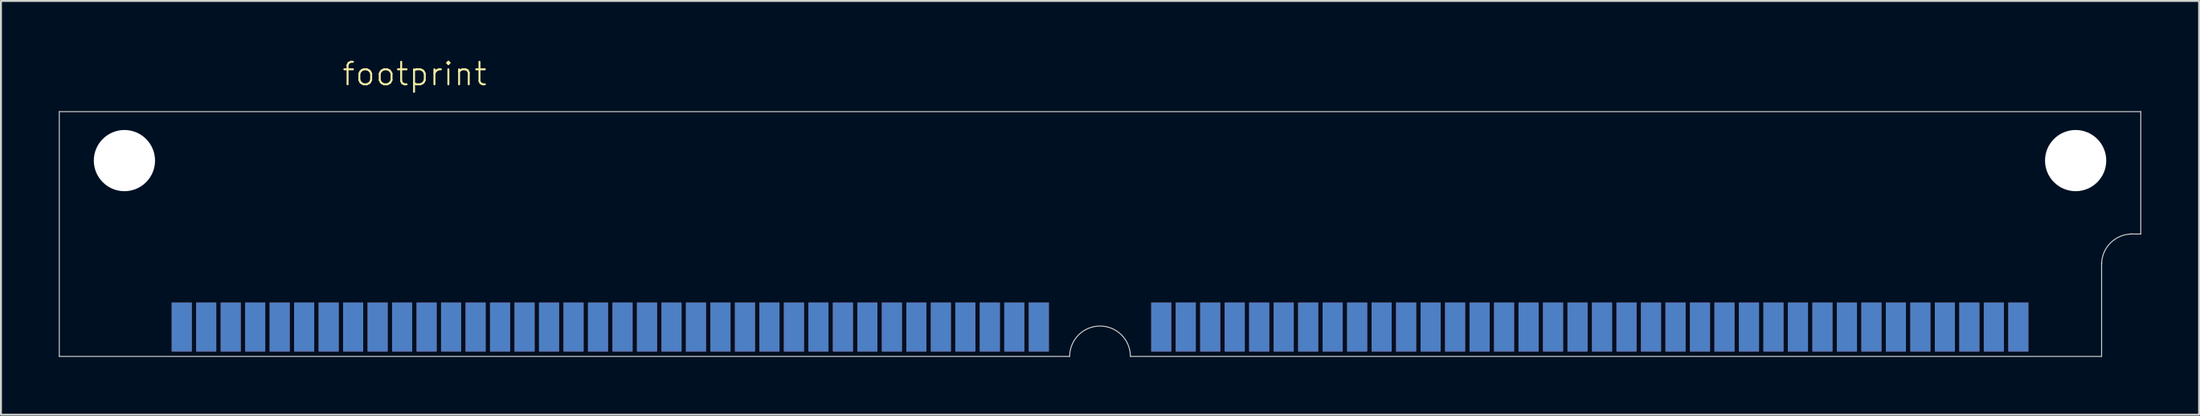
<source format=kicad_pcb>
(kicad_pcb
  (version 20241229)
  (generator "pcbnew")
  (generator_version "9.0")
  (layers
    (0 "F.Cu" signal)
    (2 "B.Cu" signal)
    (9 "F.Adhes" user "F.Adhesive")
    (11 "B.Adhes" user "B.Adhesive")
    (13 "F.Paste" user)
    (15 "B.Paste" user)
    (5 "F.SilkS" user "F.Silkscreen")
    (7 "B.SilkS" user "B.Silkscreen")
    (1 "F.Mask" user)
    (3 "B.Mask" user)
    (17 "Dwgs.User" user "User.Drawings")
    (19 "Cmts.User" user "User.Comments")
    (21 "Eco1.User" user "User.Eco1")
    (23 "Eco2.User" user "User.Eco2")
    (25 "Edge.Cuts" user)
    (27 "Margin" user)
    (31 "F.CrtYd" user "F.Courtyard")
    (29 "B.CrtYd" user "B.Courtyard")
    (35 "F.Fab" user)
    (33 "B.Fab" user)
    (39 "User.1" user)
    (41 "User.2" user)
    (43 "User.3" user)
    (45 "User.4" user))
  (footprint "footprint"
    (layer "F.Cu")
    (at 54 5.283)
    (property "Reference" "footprint" (at -39.37 -3.81 0) (layer "F.SilkS") (effects (font (size 1.168 1.168) (thickness 0.102)) (justify left bottom)))
    (fp_line (start -53.975 -2.54) (end -53.975 10.16) (stroke (width 0.05) (type solid)) (layer "Edge.Cuts"))
    (fp_line (start -53.975 10.16) (end -1.575 10.16) (stroke (width 0.05) (type solid)) (layer "Edge.Cuts"))
    (fp_line (start 1.575 10.16) (end 51.943 10.16) (stroke (width 0.05) (type solid)) (layer "Edge.Cuts"))
    (fp_line (start 51.943 10.16) (end 51.943 5.309) (stroke (width 0.05) (type solid)) (layer "Edge.Cuts"))
    (fp_line (start 53.975 -2.54) (end -53.975 -2.54) (stroke (width 0.05) (type solid)) (layer "Edge.Cuts"))
    (fp_line (start 53.975 3.81) (end 53.416 3.81) (stroke (width 0.05) (type solid)) (layer "Edge.Cuts"))
    (fp_line (start 53.975 3.81) (end 53.975 -2.54) (stroke (width 0.05) (type solid)) (layer "Edge.Cuts"))
    (fp_arc (start -1.5748 10.16) (mid 0 8.5852) (end 1.5748 10.16) (stroke (width 0.05) (type solid)) (layer "Edge.Cuts"))
    (fp_arc (start 51.943 5.3848) (mid 52.404248 4.271248) (end 53.5178 3.81) (stroke (width 0.05) (type solid)) (layer "Edge.Cuts"))
    (pad "" np_thru_hole circle (at -50.597 0) (size 3.175 3.175) (drill 3.175) (layers "*.Cu" "*.Mask"))
    (pad "" np_thru_hole circle (at 50.597 0) (size 3.175 3.175) (drill 3.175) (layers "*.Cu" "*.Mask"))
    (pad "1" smd rect (at 47.625 8.636) (size 1.041 2.54) (layers "F.Cu" "F.Mask" "F.Paste"))
    (pad "2" smd rect (at 46.355 8.636) (size 1.041 2.54) (layers "F.Cu" "F.Mask" "F.Paste"))
    (pad "3" smd rect (at 45.085 8.636) (size 1.041 2.54) (layers "F.Cu" "F.Mask" "F.Paste"))
    (pad "4" smd rect (at 43.815 8.636) (size 1.041 2.54) (layers "F.Cu" "F.Mask" "F.Paste"))
    (pad "5" smd rect (at 42.545 8.636) (size 1.041 2.54) (layers "F.Cu" "F.Mask" "F.Paste"))
    (pad "6" smd rect (at 41.275 8.636) (size 1.041 2.54) (layers "F.Cu" "F.Mask" "F.Paste"))
    (pad "7" smd rect (at 40.005 8.636) (size 1.041 2.54) (layers "F.Cu" "F.Mask" "F.Paste"))
    (pad "8" smd rect (at 38.735 8.636) (size 1.041 2.54) (layers "F.Cu" "F.Mask" "F.Paste"))
    (pad "9" smd rect (at 37.465 8.636) (size 1.041 2.54) (layers "F.Cu" "F.Mask" "F.Paste"))
    (pad "10" smd rect (at 36.195 8.636) (size 1.041 2.54) (layers "F.Cu" "F.Mask" "F.Paste"))
    (pad "11" smd rect (at 34.925 8.636) (size 1.041 2.54) (layers "F.Cu" "F.Mask" "F.Paste"))
    (pad "12" smd rect (at 33.655 8.636) (size 1.041 2.54) (layers "F.Cu" "F.Mask" "F.Paste"))
    (pad "13" smd rect (at 32.385 8.636) (size 1.041 2.54) (layers "F.Cu" "F.Mask" "F.Paste"))
    (pad "14" smd rect (at 31.115 8.636) (size 1.041 2.54) (layers "F.Cu" "F.Mask" "F.Paste"))
    (pad "15" smd rect (at 29.845 8.636) (size 1.041 2.54) (layers "F.Cu" "F.Mask" "F.Paste"))
    (pad "16" smd rect (at 28.575 8.636) (size 1.041 2.54) (layers "F.Cu" "F.Mask" "F.Paste"))
    (pad "17" smd rect (at 27.305 8.636) (size 1.041 2.54) (layers "F.Cu" "F.Mask" "F.Paste"))
    (pad "18" smd rect (at 26.035 8.636) (size 1.041 2.54) (layers "F.Cu" "F.Mask" "F.Paste"))
    (pad "19" smd rect (at 24.765 8.636) (size 1.041 2.54) (layers "F.Cu" "F.Mask" "F.Paste"))
    (pad "20" smd rect (at 23.495 8.636) (size 1.041 2.54) (layers "F.Cu" "F.Mask" "F.Paste"))
    (pad "21" smd rect (at 22.225 8.636) (size 1.041 2.54) (layers "F.Cu" "F.Mask" "F.Paste"))
    (pad "22" smd rect (at 20.955 8.636) (size 1.041 2.54) (layers "F.Cu" "F.Mask" "F.Paste"))
    (pad "23" smd rect (at 19.685 8.636) (size 1.041 2.54) (layers "F.Cu" "F.Mask" "F.Paste"))
    (pad "24" smd rect (at 18.415 8.636) (size 1.041 2.54) (layers "F.Cu" "F.Mask" "F.Paste"))
    (pad "25" smd rect (at 17.145 8.636) (size 1.041 2.54) (layers "F.Cu" "F.Mask" "F.Paste"))
    (pad "26" smd rect (at 15.875 8.636) (size 1.041 2.54) (layers "F.Cu" "F.Mask" "F.Paste"))
    (pad "27" smd rect (at 14.605 8.636) (size 1.041 2.54) (layers "F.Cu" "F.Mask" "F.Paste"))
    (pad "28" smd rect (at 13.335 8.636) (size 1.041 2.54) (layers "F.Cu" "F.Mask" "F.Paste"))
    (pad "29" smd rect (at 12.065 8.636) (size 1.041 2.54) (layers "F.Cu" "F.Mask" "F.Paste"))
    (pad "30" smd rect (at 10.795 8.636) (size 1.041 2.54) (layers "F.Cu" "F.Mask" "F.Paste"))
    (pad "31" smd rect (at 9.525 8.636) (size 1.041 2.54) (layers "F.Cu" "F.Mask" "F.Paste"))
    (pad "32" smd rect (at 8.255 8.636) (size 1.041 2.54) (layers "F.Cu" "F.Mask" "F.Paste"))
    (pad "33" smd rect (at 6.985 8.636) (size 1.041 2.54) (layers "F.Cu" "F.Mask" "F.Paste"))
    (pad "34" smd rect (at 5.715 8.636) (size 1.041 2.54) (layers "F.Cu" "F.Mask" "F.Paste"))
    (pad "35" smd rect (at 4.445 8.636) (size 1.041 2.54) (layers "F.Cu" "F.Mask" "F.Paste"))
    (pad "36" smd rect (at 3.175 8.636) (size 1.041 2.54) (layers "F.Cu" "F.Mask" "F.Paste"))
    (pad "37" smd rect (at -3.175 8.636) (size 1.041 2.54) (layers "F.Cu" "F.Mask" "F.Paste"))
    (pad "38" smd rect (at -4.445 8.636) (size 1.041 2.54) (layers "F.Cu" "F.Mask" "F.Paste"))
    (pad "39" smd rect (at -5.715 8.636) (size 1.041 2.54) (layers "F.Cu" "F.Mask" "F.Paste"))
    (pad "40" smd rect (at -6.985 8.636) (size 1.041 2.54) (layers "F.Cu" "F.Mask" "F.Paste"))
    (pad "41" smd rect (at -8.255 8.636) (size 1.041 2.54) (layers "F.Cu" "F.Mask" "F.Paste"))
    (pad "42" smd rect (at -9.525 8.636) (size 1.041 2.54) (layers "F.Cu" "F.Mask" "F.Paste"))
    (pad "43" smd rect (at -10.795 8.636) (size 1.041 2.54) (layers "F.Cu" "F.Mask" "F.Paste"))
    (pad "44" smd rect (at -12.065 8.636) (size 1.041 2.54) (layers "F.Cu" "F.Mask" "F.Paste"))
    (pad "45" smd rect (at -13.335 8.636) (size 1.041 2.54) (layers "F.Cu" "F.Mask" "F.Paste"))
    (pad "46" smd rect (at -14.605 8.636) (size 1.041 2.54) (layers "F.Cu" "F.Mask" "F.Paste"))
    (pad "47" smd rect (at -15.875 8.636) (size 1.041 2.54) (layers "F.Cu" "F.Mask" "F.Paste"))
    (pad "48" smd rect (at -17.145 8.636) (size 1.041 2.54) (layers "F.Cu" "F.Mask" "F.Paste"))
    (pad "49" smd rect (at -18.415 8.636) (size 1.041 2.54) (layers "F.Cu" "F.Mask" "F.Paste"))
    (pad "50" smd rect (at -19.685 8.636) (size 1.041 2.54) (layers "F.Cu" "F.Mask" "F.Paste"))
    (pad "51" smd rect (at -20.955 8.636) (size 1.041 2.54) (layers "F.Cu" "F.Mask" "F.Paste"))
    (pad "52" smd rect (at -22.225 8.636) (size 1.041 2.54) (layers "F.Cu" "F.Mask" "F.Paste"))
    (pad "53" smd rect (at -23.495 8.636) (size 1.041 2.54) (layers "F.Cu" "F.Mask" "F.Paste"))
    (pad "54" smd rect (at -24.765 8.636) (size 1.041 2.54) (layers "F.Cu" "F.Mask" "F.Paste"))
    (pad "55" smd rect (at -26.035 8.636) (size 1.041 2.54) (layers "F.Cu" "F.Mask" "F.Paste"))
    (pad "56" smd rect (at -27.305 8.636) (size 1.041 2.54) (layers "F.Cu" "F.Mask" "F.Paste"))
    (pad "57" smd rect (at -28.575 8.636) (size 1.041 2.54) (layers "F.Cu" "F.Mask" "F.Paste"))
    (pad "58" smd rect (at -29.845 8.636) (size 1.041 2.54) (layers "F.Cu" "F.Mask" "F.Paste"))
    (pad "59" smd rect (at -31.115 8.636) (size 1.041 2.54) (layers "F.Cu" "F.Mask" "F.Paste"))
    (pad "60" smd rect (at -32.385 8.636) (size 1.041 2.54) (layers "F.Cu" "F.Mask" "F.Paste"))
    (pad "61" smd rect (at -33.655 8.636) (size 1.041 2.54) (layers "F.Cu" "F.Mask" "F.Paste"))
    (pad "62" smd rect (at -34.925 8.636) (size 1.041 2.54) (layers "F.Cu" "F.Mask" "F.Paste"))
    (pad "63" smd rect (at -36.195 8.636) (size 1.041 2.54) (layers "F.Cu" "F.Mask" "F.Paste"))
    (pad "64" smd rect (at -37.465 8.636) (size 1.041 2.54) (layers "F.Cu" "F.Mask" "F.Paste"))
    (pad "65" smd rect (at -38.735 8.636) (size 1.041 2.54) (layers "F.Cu" "F.Mask" "F.Paste"))
    (pad "66" smd rect (at -40.005 8.636) (size 1.041 2.54) (layers "F.Cu" "F.Mask" "F.Paste"))
    (pad "67" smd rect (at -41.275 8.636) (size 1.041 2.54) (layers "F.Cu" "F.Mask" "F.Paste"))
    (pad "68" smd rect (at -42.545 8.636) (size 1.041 2.54) (layers "F.Cu" "F.Mask" "F.Paste"))
    (pad "69" smd rect (at -43.815 8.636) (size 1.041 2.54) (layers "F.Cu" "F.Mask" "F.Paste"))
    (pad "70" smd rect (at -45.085 8.636) (size 1.041 2.54) (layers "F.Cu" "F.Mask" "F.Paste"))
    (pad "71" smd rect (at -46.355 8.636) (size 1.041 2.54) (layers "F.Cu" "F.Mask" "F.Paste"))
    (pad "72" smd rect (at -47.625 8.636) (size 1.041 2.54) (layers "F.Cu" "F.Mask" "F.Paste"))
    (pad "73" smd rect (at 47.625 8.636) (size 1.041 2.54) (layers "B.Cu" "B.Mask" "B.Paste"))
    (pad "74" smd rect (at 46.355 8.636) (size 1.041 2.54) (layers "B.Cu" "B.Mask" "B.Paste"))
    (pad "75" smd rect (at 45.085 8.636) (size 1.041 2.54) (layers "B.Cu" "B.Mask" "B.Paste"))
    (pad "76" smd rect (at 43.815 8.636) (size 1.041 2.54) (layers "B.Cu" "B.Mask" "B.Paste"))
    (pad "77" smd rect (at 42.545 8.636) (size 1.041 2.54) (layers "B.Cu" "B.Mask" "B.Paste"))
    (pad "78" smd rect (at 41.275 8.636) (size 1.041 2.54) (layers "B.Cu" "B.Mask" "B.Paste"))
    (pad "79" smd rect (at 40.005 8.636) (size 1.041 2.54) (layers "B.Cu" "B.Mask" "B.Paste"))
    (pad "80" smd rect (at 38.735 8.636) (size 1.041 2.54) (layers "B.Cu" "B.Mask" "B.Paste"))
    (pad "81" smd rect (at 37.465 8.636) (size 1.041 2.54) (layers "B.Cu" "B.Mask" "B.Paste"))
    (pad "82" smd rect (at 36.195 8.636) (size 1.041 2.54) (layers "B.Cu" "B.Mask" "B.Paste"))
    (pad "83" smd rect (at 34.925 8.636) (size 1.041 2.54) (layers "B.Cu" "B.Mask" "B.Paste"))
    (pad "84" smd rect (at 33.655 8.636) (size 1.041 2.54) (layers "B.Cu" "B.Mask" "B.Paste"))
    (pad "85" smd rect (at 32.385 8.636) (size 1.041 2.54) (layers "B.Cu" "B.Mask" "B.Paste"))
    (pad "86" smd rect (at 31.115 8.636) (size 1.041 2.54) (layers "B.Cu" "B.Mask" "B.Paste"))
    (pad "87" smd rect (at 29.845 8.636) (size 1.041 2.54) (layers "B.Cu" "B.Mask" "B.Paste"))
    (pad "88" smd rect (at 28.575 8.636) (size 1.041 2.54) (layers "B.Cu" "B.Mask" "B.Paste"))
    (pad "89" smd rect (at 27.305 8.636) (size 1.041 2.54) (layers "B.Cu" "B.Mask" "B.Paste"))
    (pad "90" smd rect (at 26.035 8.636) (size 1.041 2.54) (layers "B.Cu" "B.Mask" "B.Paste"))
    (pad "91" smd rect (at 24.765 8.636) (size 1.041 2.54) (layers "B.Cu" "B.Mask" "B.Paste"))
    (pad "92" smd rect (at 23.495 8.636) (size 1.041 2.54) (layers "B.Cu" "B.Mask" "B.Paste"))
    (pad "93" smd rect (at 22.225 8.636) (size 1.041 2.54) (layers "B.Cu" "B.Mask" "B.Paste"))
    (pad "94" smd rect (at 20.955 8.636) (size 1.041 2.54) (layers "B.Cu" "B.Mask" "B.Paste"))
    (pad "95" smd rect (at 19.685 8.636) (size 1.041 2.54) (layers "B.Cu" "B.Mask" "B.Paste"))
    (pad "96" smd rect (at 18.415 8.636) (size 1.041 2.54) (layers "B.Cu" "B.Mask" "B.Paste"))
    (pad "97" smd rect (at 17.145 8.636) (size 1.041 2.54) (layers "B.Cu" "B.Mask" "B.Paste"))
    (pad "98" smd rect (at 15.875 8.636) (size 1.041 2.54) (layers "B.Cu" "B.Mask" "B.Paste"))
    (pad "99" smd rect (at 14.605 8.636) (size 1.041 2.54) (layers "B.Cu" "B.Mask" "B.Paste"))
    (pad "100" smd rect (at 13.335 8.636) (size 1.041 2.54) (layers "B.Cu" "B.Mask" "B.Paste"))
    (pad "101" smd rect (at 12.065 8.636) (size 1.041 2.54) (layers "B.Cu" "B.Mask" "B.Paste"))
    (pad "102" smd rect (at 10.795 8.636) (size 1.041 2.54) (layers "B.Cu" "B.Mask" "B.Paste"))
    (pad "103" smd rect (at 9.525 8.636) (size 1.041 2.54) (layers "B.Cu" "B.Mask" "B.Paste"))
    (pad "104" smd rect (at 8.255 8.636) (size 1.041 2.54) (layers "B.Cu" "B.Mask" "B.Paste"))
    (pad "105" smd rect (at 6.985 8.636) (size 1.041 2.54) (layers "B.Cu" "B.Mask" "B.Paste"))
    (pad "106" smd rect (at 5.715 8.636) (size 1.041 2.54) (layers "B.Cu" "B.Mask" "B.Paste"))
    (pad "107" smd rect (at 4.445 8.636) (size 1.041 2.54) (layers "B.Cu" "B.Mask" "B.Paste"))
    (pad "108" smd rect (at 3.175 8.636) (size 1.041 2.54) (layers "B.Cu" "B.Mask" "B.Paste"))
    (pad "109" smd rect (at -3.175 8.636) (size 1.041 2.54) (layers "B.Cu" "B.Mask" "B.Paste"))
    (pad "110" smd rect (at -4.445 8.636) (size 1.041 2.54) (layers "B.Cu" "B.Mask" "B.Paste"))
    (pad "111" smd rect (at -5.715 8.636) (size 1.041 2.54) (layers "B.Cu" "B.Mask" "B.Paste"))
    (pad "112" smd rect (at -6.985 8.636) (size 1.041 2.54) (layers "B.Cu" "B.Mask" "B.Paste"))
    (pad "113" smd rect (at -8.255 8.636) (size 1.041 2.54) (layers "B.Cu" "B.Mask" "B.Paste"))
    (pad "114" smd rect (at -9.525 8.636) (size 1.041 2.54) (layers "B.Cu" "B.Mask" "B.Paste"))
    (pad "115" smd rect (at -10.795 8.636) (size 1.041 2.54) (layers "B.Cu" "B.Mask" "B.Paste"))
    (pad "116" smd rect (at -12.065 8.636) (size 1.041 2.54) (layers "B.Cu" "B.Mask" "B.Paste"))
    (pad "117" smd rect (at -13.335 8.636) (size 1.041 2.54) (layers "B.Cu" "B.Mask" "B.Paste"))
    (pad "118" smd rect (at -14.605 8.636) (size 1.041 2.54) (layers "B.Cu" "B.Mask" "B.Paste"))
    (pad "119" smd rect (at -15.875 8.636) (size 1.041 2.54) (layers "B.Cu" "B.Mask" "B.Paste"))
    (pad "120" smd rect (at -17.145 8.636) (size 1.041 2.54) (layers "B.Cu" "B.Mask" "B.Paste"))
    (pad "121" smd rect (at -18.415 8.636) (size 1.041 2.54) (layers "B.Cu" "B.Mask" "B.Paste"))
    (pad "122" smd rect (at -19.685 8.636) (size 1.041 2.54) (layers "B.Cu" "B.Mask" "B.Paste"))
    (pad "123" smd rect (at -20.955 8.636) (size 1.041 2.54) (layers "B.Cu" "B.Mask" "B.Paste"))
    (pad "124" smd rect (at -22.225 8.636) (size 1.041 2.54) (layers "B.Cu" "B.Mask" "B.Paste"))
    (pad "125" smd rect (at -23.495 8.636) (size 1.041 2.54) (layers "B.Cu" "B.Mask" "B.Paste"))
    (pad "126" smd rect (at -24.765 8.636) (size 1.041 2.54) (layers "B.Cu" "B.Mask" "B.Paste"))
    (pad "127" smd rect (at -26.035 8.636) (size 1.041 2.54) (layers "B.Cu" "B.Mask" "B.Paste"))
    (pad "128" smd rect (at -27.305 8.636) (size 1.041 2.54) (layers "B.Cu" "B.Mask" "B.Paste"))
    (pad "129" smd rect (at -28.575 8.636) (size 1.041 2.54) (layers "B.Cu" "B.Mask" "B.Paste"))
    (pad "130" smd rect (at -29.845 8.636) (size 1.041 2.54) (layers "B.Cu" "B.Mask" "B.Paste"))
    (pad "131" smd rect (at -31.115 8.636) (size 1.041 2.54) (layers "B.Cu" "B.Mask" "B.Paste"))
    (pad "132" smd rect (at -32.385 8.636) (size 1.041 2.54) (layers "B.Cu" "B.Mask" "B.Paste"))
    (pad "133" smd rect (at -33.655 8.636) (size 1.041 2.54) (layers "B.Cu" "B.Mask" "B.Paste"))
    (pad "134" smd rect (at -34.925 8.636) (size 1.041 2.54) (layers "B.Cu" "B.Mask" "B.Paste"))
    (pad "135" smd rect (at -36.195 8.636) (size 1.041 2.54) (layers "B.Cu" "B.Mask" "B.Paste"))
    (pad "136" smd rect (at -37.465 8.636) (size 1.041 2.54) (layers "B.Cu" "B.Mask" "B.Paste"))
    (pad "137" smd rect (at -38.735 8.636) (size 1.041 2.54) (layers "B.Cu" "B.Mask" "B.Paste"))
    (pad "138" smd rect (at -40.005 8.636) (size 1.041 2.54) (layers "B.Cu" "B.Mask" "B.Paste"))
    (pad "139" smd rect (at -41.275 8.636) (size 1.041 2.54) (layers "B.Cu" "B.Mask" "B.Paste"))
    (pad "140" smd rect (at -42.545 8.636) (size 1.041 2.54) (layers "B.Cu" "B.Mask" "B.Paste"))
    (pad "141" smd rect (at -43.815 8.636) (size 1.041 2.54) (layers "B.Cu" "B.Mask" "B.Paste"))
    (pad "142" smd rect (at -45.085 8.636) (size 1.041 2.54) (layers "B.Cu" "B.Mask" "B.Paste"))
    (pad "143" smd rect (at -46.355 8.636) (size 1.041 2.54) (layers "B.Cu" "B.Mask" "B.Paste"))
    (pad "144" smd rect (at -47.625 8.636) (size 1.041 2.54) (layers "B.Cu" "B.Mask" "B.Paste")))
  (gr_rect
    (start -3 -3)
    (end 111 18.468)
    (stroke (width 0.1) (type default))
    (fill no)
    (layer "Edge.Cuts")))
</source>
